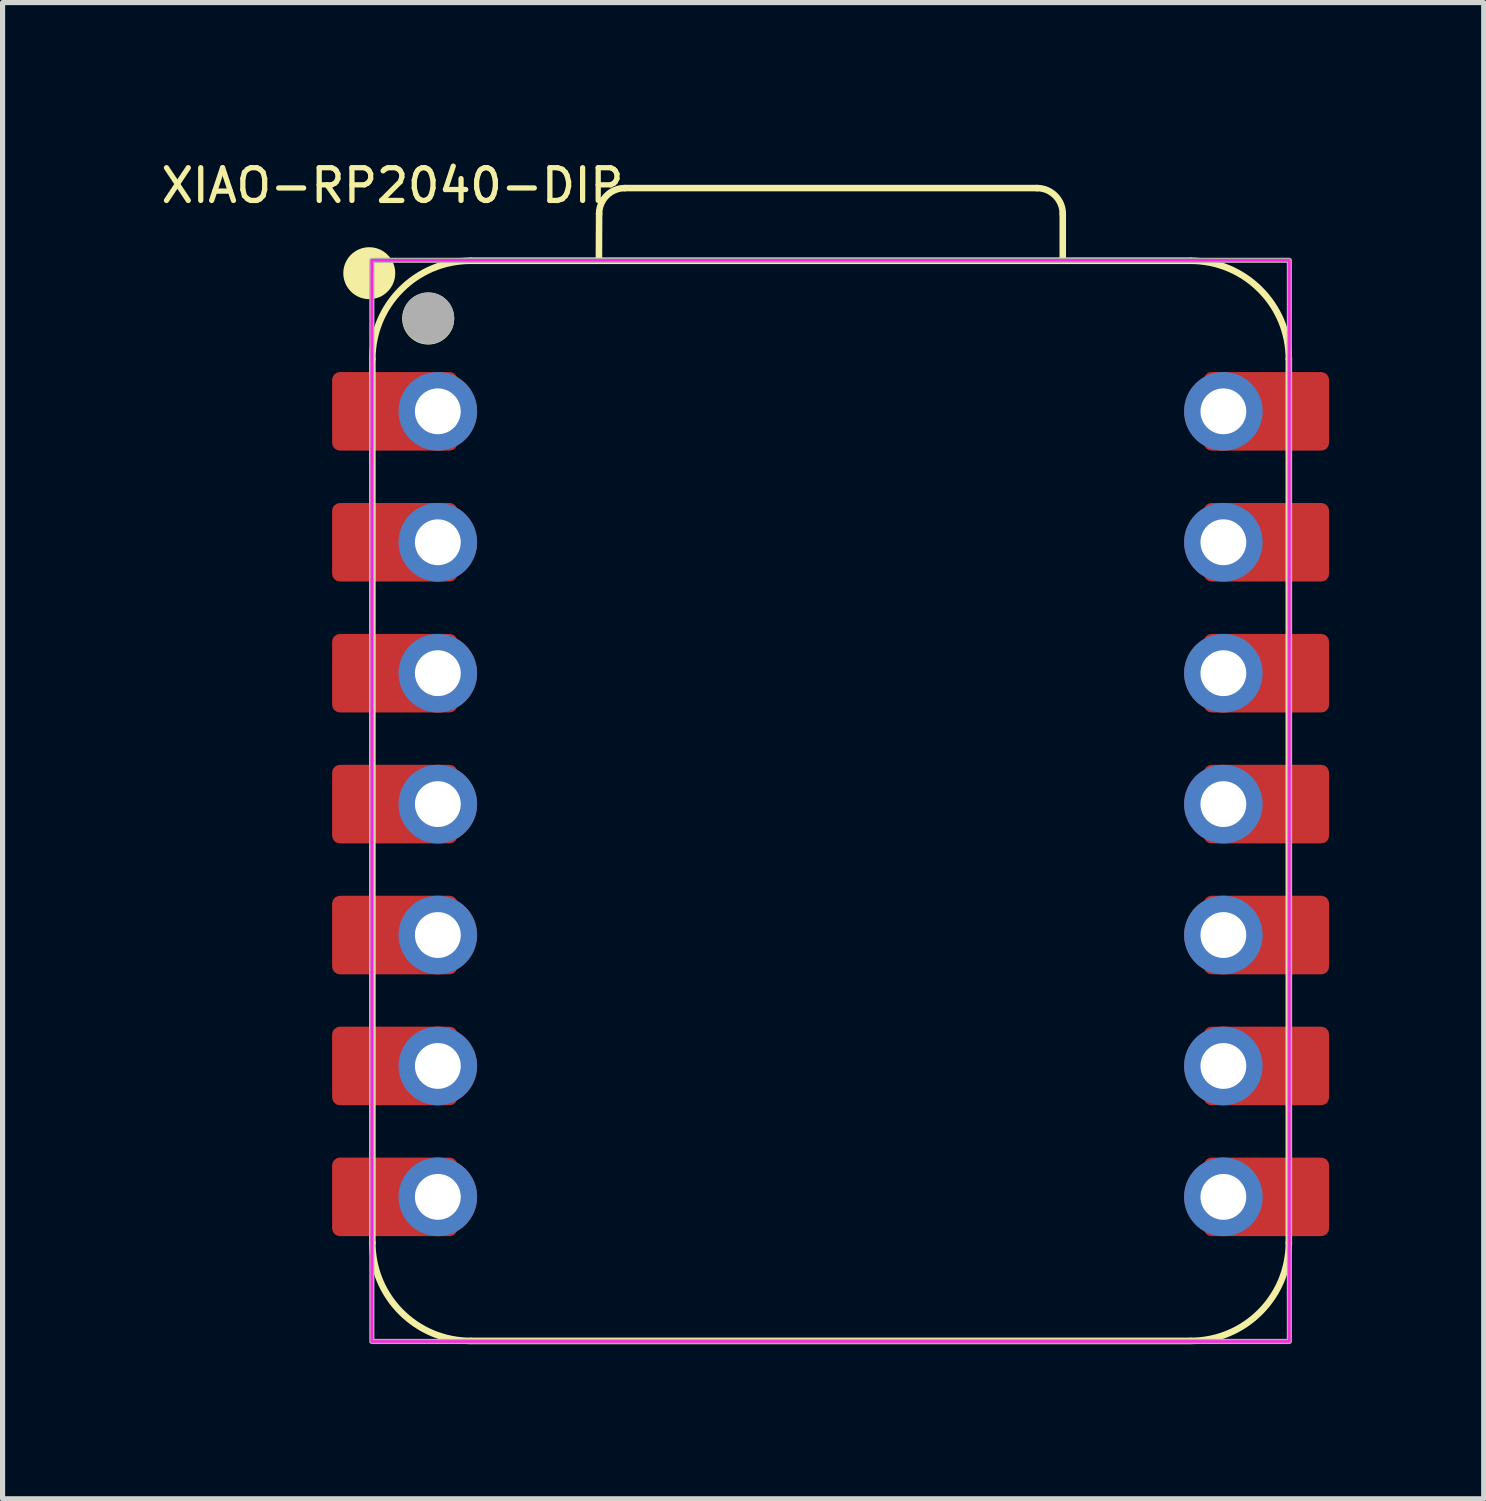
<source format=kicad_pcb>
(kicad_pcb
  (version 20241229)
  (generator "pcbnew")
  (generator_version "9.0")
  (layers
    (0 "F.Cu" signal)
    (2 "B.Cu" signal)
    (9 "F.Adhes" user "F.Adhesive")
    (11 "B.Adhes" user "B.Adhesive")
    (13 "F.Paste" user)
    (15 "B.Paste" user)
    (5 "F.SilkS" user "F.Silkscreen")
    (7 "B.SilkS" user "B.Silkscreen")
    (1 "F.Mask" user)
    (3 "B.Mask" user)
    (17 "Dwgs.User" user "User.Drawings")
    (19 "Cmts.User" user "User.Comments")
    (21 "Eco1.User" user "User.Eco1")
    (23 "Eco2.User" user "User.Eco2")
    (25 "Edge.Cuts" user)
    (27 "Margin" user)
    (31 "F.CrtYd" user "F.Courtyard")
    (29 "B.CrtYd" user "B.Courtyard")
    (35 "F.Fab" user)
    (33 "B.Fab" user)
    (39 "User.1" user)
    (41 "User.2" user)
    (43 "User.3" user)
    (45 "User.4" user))
  (footprint "XIAO-RP2040-DIP"
    (layer "F.Cu")
    (at 13.064 12.55)
    (property "Reference" "XIAO-RP2040-DIP" (at -8.5 -12 0) (unlocked yes) (layer "F.SilkS") (effects (font (size 0.635 0.635) (thickness 0.102))))
    (attr smd)
    (fp_line (start -8.89 8.509) (end -8.89 -8.636) (stroke (width 0.127) (type solid)) (layer "F.SilkS"))
    (fp_line (start -6.985 10.414) (end 6.985 10.414) (stroke (width 0.127) (type solid)) (layer "F.SilkS"))
    (fp_line (start -4.495 -10.541) (end -4.491 -11.451) (stroke (width 0.127) (type solid)) (layer "F.SilkS"))
    (fp_line (start -3.991 -11.951) (end 4.004 -11.951) (stroke (width 0.127) (type solid)) (layer "F.SilkS"))
    (fp_line (start 4.504 -11.451) (end 4.504 -10.541) (stroke (width 0.127) (type solid)) (layer "F.SilkS"))
    (fp_line (start 6.985 -10.541) (end -6.985 -10.541) (stroke (width 0.1) (type solid)) (layer "F.SilkS"))
    (fp_line (start 6.985 -10.541) (end -6.985 -10.541) (stroke (width 0.127) (type solid)) (layer "F.SilkS"))
    (fp_line (start 8.89 8.509) (end 8.89 -8.636) (stroke (width 0.127) (type solid)) (layer "F.SilkS"))
    (fp_arc (start -8.89 -8.636) (mid -8.332038 -9.983038) (end -6.985 -10.541) (stroke (width 0.127) (type solid)) (layer "F.SilkS"))
    (fp_arc (start -6.985 10.414) (mid -8.332038 9.856038) (end -8.89 8.509) (stroke (width 0.127) (type solid)) (layer "F.SilkS"))
    (fp_arc (start -4.491272 -11.451272) (mid -4.344728 -11.80464) (end -3.991272 -11.951) (stroke (width 0.127) (type default)) (layer "F.SilkS"))
    (fp_arc (start 4.004 -11.951) (mid 4.357553 -11.804553) (end 4.504 -11.451) (stroke (width 0.127) (type default)) (layer "F.SilkS"))
    (fp_arc (start 6.985 -10.541) (mid 8.332038 -9.983038) (end 8.89 -8.636) (stroke (width 0.127) (type solid)) (layer "F.SilkS"))
    (fp_arc (start 8.89 8.509) (mid 8.332038 9.856038) (end 6.985 10.414) (stroke (width 0.127) (type solid)) (layer "F.SilkS"))
    (fp_circle (center -8.95 -10.3) (end -8.95 -10.554) (stroke (width 0.5) (type solid)) (fill yes) (layer "F.SilkS"))
    (fp_circle (center -7.807 -9.42) (end -7.807 -9.674) (stroke (width 0.5) (type solid)) (fill yes) (layer "F.SilkS"))
    (fp_rect (start -8.9 -10.55) (end 8.9 10.425) (stroke (width 0.05) (type default)) (fill no) (layer "F.CrtYd"))
    (fp_rect (start -8.9 -10.55) (end 8.9 10.425) (stroke (width 0.1) (type default)) (fill no) (layer "F.Fab"))
    (fp_circle (center -7.804 -9.426) (end -7.804 -9.68) (stroke (width 0.5) (type solid)) (fill no) (layer "F.Fab"))
    (pad "1" smd roundrect (at -8.455 -7.62 180) (size 2.432 1.524) (layers "F.Cu" "F.Mask") (roundrect_rratio 0.1))
    (pad "1" thru_hole circle (at -7.62 -7.62 180) (size 1.524 1.524) (drill 0.889) (layers "*.Cu" "*.Mask"))
    (pad "2" smd roundrect (at -8.455 -5.08 180) (size 2.432 1.524) (layers "F.Cu" "F.Mask") (roundrect_rratio 0.1))
    (pad "2" thru_hole circle (at -7.62 -5.08 180) (size 1.524 1.524) (drill 0.889) (layers "*.Cu" "*.Mask"))
    (pad "3" smd roundrect (at -8.455 -2.54 180) (size 2.432 1.524) (layers "F.Cu" "F.Mask") (roundrect_rratio 0.1))
    (pad "3" thru_hole circle (at -7.62 -2.54 180) (size 1.524 1.524) (drill 0.889) (layers "*.Cu" "*.Mask"))
    (pad "4" smd roundrect (at -8.455 0 180) (size 2.432 1.524) (layers "F.Cu" "F.Mask") (roundrect_rratio 0.1))
    (pad "4" thru_hole circle (at -7.62 0 180) (size 1.524 1.524) (drill 0.889) (layers "*.Cu" "*.Mask"))
    (pad "5" smd roundrect (at -8.455 2.54 180) (size 2.432 1.524) (layers "F.Cu" "F.Mask") (roundrect_rratio 0.1))
    (pad "5" thru_hole circle (at -7.62 2.54 180) (size 1.524 1.524) (drill 0.889) (layers "*.Cu" "*.Mask"))
    (pad "6" smd roundrect (at -8.455 5.08 180) (size 2.432 1.524) (layers "F.Cu" "F.Mask") (roundrect_rratio 0.1))
    (pad "6" thru_hole circle (at -7.62 5.08 180) (size 1.524 1.524) (drill 0.889) (layers "*.Cu" "*.Mask"))
    (pad "7" smd roundrect (at -8.455 7.62 180) (size 2.432 1.524) (layers "F.Cu" "F.Mask") (roundrect_rratio 0.1))
    (pad "7" thru_hole circle (at -7.62 7.62 180) (size 1.524 1.524) (drill 0.889) (layers "*.Cu" "*.Mask"))
    (pad "8" thru_hole circle (at 7.62 7.62) (size 1.524 1.524) (drill 0.889) (layers "*.Cu" "*.Mask"))
    (pad "8" smd roundrect (at 8.455 7.62) (size 2.432 1.524) (layers "F.Cu" "F.Mask") (roundrect_rratio 0.1))
    (pad "9" thru_hole circle (at 7.62 5.08) (size 1.524 1.524) (drill 0.889) (layers "*.Cu" "*.Mask"))
    (pad "9" smd roundrect (at 8.455 5.08) (size 2.432 1.524) (layers "F.Cu" "F.Mask") (roundrect_rratio 0.1))
    (pad "10" thru_hole circle (at 7.62 2.54) (size 1.524 1.524) (drill 0.889) (layers "*.Cu" "*.Mask"))
    (pad "10" smd roundrect (at 8.455 2.54) (size 2.432 1.524) (layers "F.Cu" "F.Mask") (roundrect_rratio 0.1))
    (pad "11" thru_hole circle (at 7.62 0) (size 1.524 1.524) (drill 0.889) (layers "*.Cu" "*.Mask"))
    (pad "11" smd roundrect (at 8.455 0) (size 2.432 1.524) (layers "F.Cu" "F.Mask") (roundrect_rratio 0.1))
    (pad "12" thru_hole circle (at 7.62 -2.54) (size 1.524 1.524) (drill 0.889) (layers "*.Cu" "*.Mask"))
    (pad "12" smd roundrect (at 8.455 -2.54) (size 2.432 1.524) (layers "F.Cu" "F.Mask") (roundrect_rratio 0.1))
    (pad "13" thru_hole circle (at 7.62 -5.08) (size 1.524 1.524) (drill 0.889) (layers "*.Cu" "*.Mask"))
    (pad "13" smd roundrect (at 8.455 -5.08) (size 2.432 1.524) (layers "F.Cu" "F.Mask") (roundrect_rratio 0.1))
    (pad "14" thru_hole circle (at 7.62 -7.62) (size 1.524 1.524) (drill 0.889) (layers "*.Cu" "*.Mask"))
    (pad "14" smd roundrect (at 8.455 -7.62) (size 2.432 1.524) (layers "F.Cu" "F.Mask") (roundrect_rratio 0.1)))
  (gr_rect
    (start -3 -3)
    (end 25.735 26.027)
    (stroke (width 0.1) (type default))
    (fill no)
    (layer "Edge.Cuts")))
</source>
